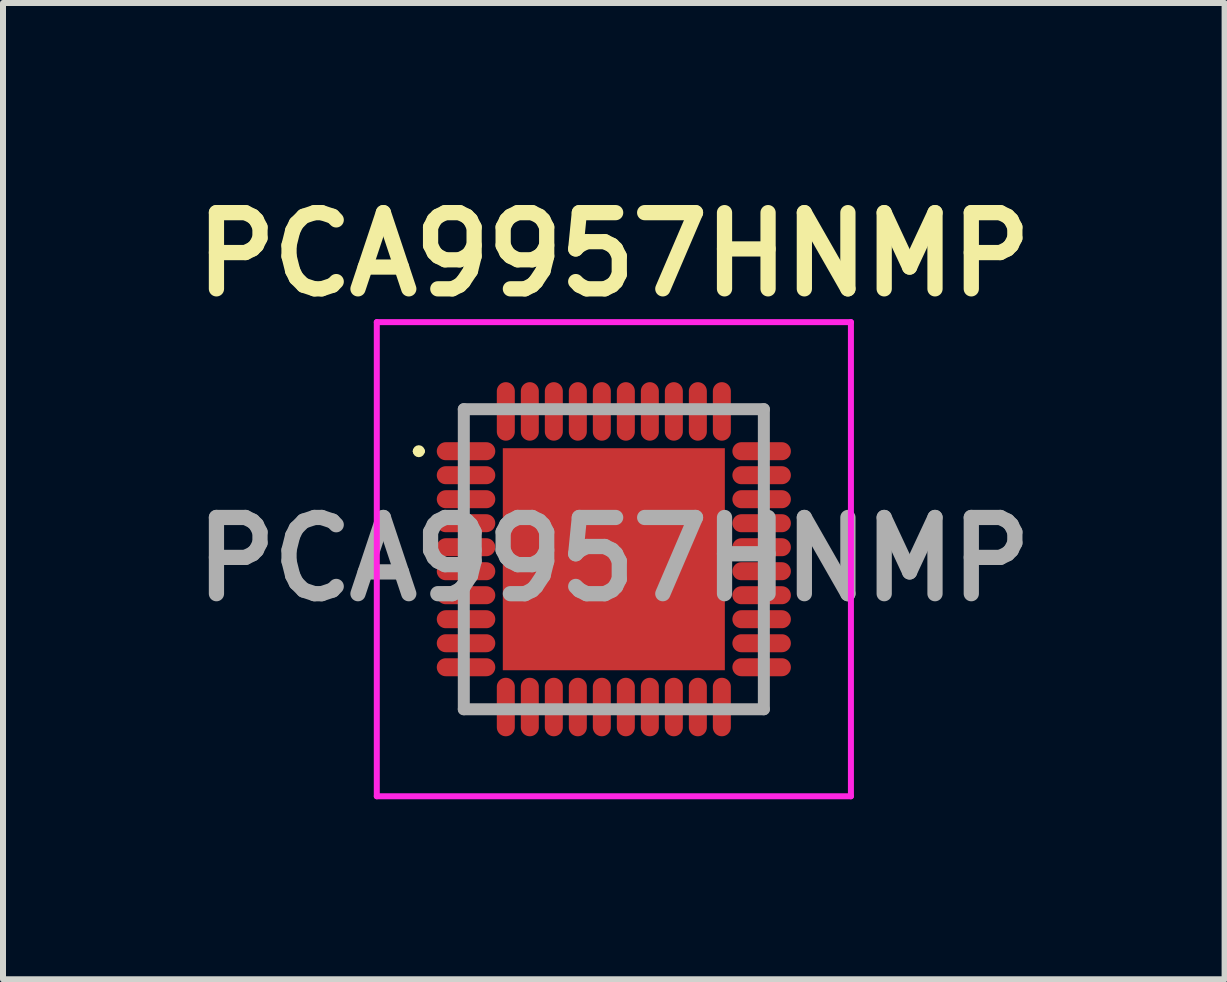
<source format=kicad_pcb>
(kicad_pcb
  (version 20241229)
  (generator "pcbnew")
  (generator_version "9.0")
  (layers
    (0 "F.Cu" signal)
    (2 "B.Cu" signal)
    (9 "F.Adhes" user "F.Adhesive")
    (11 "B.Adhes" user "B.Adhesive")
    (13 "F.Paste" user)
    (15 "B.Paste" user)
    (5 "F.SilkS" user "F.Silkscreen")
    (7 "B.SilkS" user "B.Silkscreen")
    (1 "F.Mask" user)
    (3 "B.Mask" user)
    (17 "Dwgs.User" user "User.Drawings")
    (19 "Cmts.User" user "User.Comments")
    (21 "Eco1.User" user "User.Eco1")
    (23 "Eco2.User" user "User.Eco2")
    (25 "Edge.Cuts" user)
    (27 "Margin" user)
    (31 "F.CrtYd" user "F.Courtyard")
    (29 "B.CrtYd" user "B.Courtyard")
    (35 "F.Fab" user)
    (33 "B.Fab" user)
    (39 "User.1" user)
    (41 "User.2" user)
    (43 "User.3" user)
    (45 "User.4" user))
  (footprint "PCA9957HNMP"
    (layer "F.Cu")
    (at 7.179 6.269)
    (property "Reference" "PCA9957HNMP" (at 0 -5.08 0) (layer "F.SilkS") (effects (font (size 1.27 1.27) (thickness 0.254))))
    (attr smd)
    (fp_line (start -3.3 -1.8) (end -3.3 -1.8) (stroke (width 0.1) (type solid)) (layer "F.SilkS"))
    (fp_line (start -3.2 -1.8) (end -3.2 -1.8) (stroke (width 0.1) (type solid)) (layer "F.SilkS"))
    (fp_arc (start -3.3 -1.8) (mid -3.25 -1.85) (end -3.2 -1.8) (stroke (width 0.1) (type solid)) (layer "F.SilkS"))
    (fp_arc (start -3.2 -1.8) (mid -3.25 -1.75) (end -3.3 -1.8) (stroke (width 0.1) (type solid)) (layer "F.SilkS"))
    (fp_line (start -3.95 -3.951) (end 3.951 -3.951) (stroke (width 0.1) (type solid)) (layer "F.CrtYd"))
    (fp_line (start -3.95 3.95) (end -3.95 -3.951) (stroke (width 0.1) (type solid)) (layer "F.CrtYd"))
    (fp_line (start 3.951 -3.951) (end 3.951 3.95) (stroke (width 0.1) (type solid)) (layer "F.CrtYd"))
    (fp_line (start 3.951 3.95) (end -3.95 3.95) (stroke (width 0.1) (type solid)) (layer "F.CrtYd"))
    (fp_line (start -2.5 -2.5) (end 2.5 -2.5) (stroke (width 0.2) (type solid)) (layer "F.Fab"))
    (fp_line (start -2.5 2.5) (end -2.5 -2.5) (stroke (width 0.2) (type solid)) (layer "F.Fab"))
    (fp_line (start 2.5 -2.5) (end 2.5 2.5) (stroke (width 0.2) (type solid)) (layer "F.Fab"))
    (fp_line (start 2.5 2.5) (end -2.5 2.5) (stroke (width 0.2) (type solid)) (layer "F.Fab"))
    (fp_text user "${REFERENCE}" (at 0 0 0) (layer "F.Fab") (effects (font (size 1.27 1.27) (thickness 0.254))))
    (pad "1" smd oval (at -2.463 -1.8 90) (size 0.3 0.975) (layers "F.Cu" "F.Mask" "F.Paste"))
    (pad "2" smd oval (at -2.463 -1.4 90) (size 0.3 0.975) (layers "F.Cu" "F.Mask" "F.Paste"))
    (pad "3" smd oval (at -2.463 -1 90) (size 0.3 0.975) (layers "F.Cu" "F.Mask" "F.Paste"))
    (pad "4" smd oval (at -2.463 -0.6 90) (size 0.3 0.975) (layers "F.Cu" "F.Mask" "F.Paste"))
    (pad "5" smd oval (at -2.463 -0.2 90) (size 0.3 0.975) (layers "F.Cu" "F.Mask" "F.Paste"))
    (pad "6" smd oval (at -2.463 0.2 90) (size 0.3 0.975) (layers "F.Cu" "F.Mask" "F.Paste"))
    (pad "7" smd oval (at -2.463 0.6 90) (size 0.3 0.975) (layers "F.Cu" "F.Mask" "F.Paste"))
    (pad "8" smd oval (at -2.463 1 90) (size 0.3 0.975) (layers "F.Cu" "F.Mask" "F.Paste"))
    (pad "9" smd oval (at -2.463 1.4 90) (size 0.3 0.975) (layers "F.Cu" "F.Mask" "F.Paste"))
    (pad "10" smd oval (at -2.463 1.8 90) (size 0.3 0.975) (layers "F.Cu" "F.Mask" "F.Paste"))
    (pad "11" smd oval (at -1.8 2.463) (size 0.3 0.975) (layers "F.Cu" "F.Mask" "F.Paste"))
    (pad "12" smd oval (at -1.4 2.463) (size 0.3 0.975) (layers "F.Cu" "F.Mask" "F.Paste"))
    (pad "13" smd oval (at -1 2.463) (size 0.3 0.975) (layers "F.Cu" "F.Mask" "F.Paste"))
    (pad "14" smd oval (at -0.6 2.463) (size 0.3 0.975) (layers "F.Cu" "F.Mask" "F.Paste"))
    (pad "15" smd oval (at -0.2 2.463) (size 0.3 0.975) (layers "F.Cu" "F.Mask" "F.Paste"))
    (pad "16" smd oval (at 0.2 2.463) (size 0.3 0.975) (layers "F.Cu" "F.Mask" "F.Paste"))
    (pad "17" smd oval (at 0.6 2.463) (size 0.3 0.975) (layers "F.Cu" "F.Mask" "F.Paste"))
    (pad "18" smd oval (at 1 2.463) (size 0.3 0.975) (layers "F.Cu" "F.Mask" "F.Paste"))
    (pad "19" smd oval (at 1.4 2.463) (size 0.3 0.975) (layers "F.Cu" "F.Mask" "F.Paste"))
    (pad "20" smd oval (at 1.8 2.463) (size 0.3 0.975) (layers "F.Cu" "F.Mask" "F.Paste"))
    (pad "21" smd oval (at 2.463 1.8 90) (size 0.3 0.975) (layers "F.Cu" "F.Mask" "F.Paste"))
    (pad "22" smd oval (at 2.463 1.4 90) (size 0.3 0.975) (layers "F.Cu" "F.Mask" "F.Paste"))
    (pad "23" smd oval (at 2.463 1 90) (size 0.3 0.975) (layers "F.Cu" "F.Mask" "F.Paste"))
    (pad "24" smd oval (at 2.463 0.6 90) (size 0.3 0.975) (layers "F.Cu" "F.Mask" "F.Paste"))
    (pad "25" smd oval (at 2.463 0.2 90) (size 0.3 0.975) (layers "F.Cu" "F.Mask" "F.Paste"))
    (pad "26" smd oval (at 2.463 -0.2 90) (size 0.3 0.975) (layers "F.Cu" "F.Mask" "F.Paste"))
    (pad "27" smd oval (at 2.463 -0.6 90) (size 0.3 0.975) (layers "F.Cu" "F.Mask" "F.Paste"))
    (pad "28" smd oval (at 2.463 -1 90) (size 0.3 0.975) (layers "F.Cu" "F.Mask" "F.Paste"))
    (pad "29" smd oval (at 2.463 -1.4 90) (size 0.3 0.975) (layers "F.Cu" "F.Mask" "F.Paste"))
    (pad "30" smd oval (at 2.463 -1.8 90) (size 0.3 0.975) (layers "F.Cu" "F.Mask" "F.Paste"))
    (pad "31" smd oval (at 1.8 -2.463) (size 0.3 0.975) (layers "F.Cu" "F.Mask" "F.Paste"))
    (pad "32" smd oval (at 1.4 -2.463) (size 0.3 0.975) (layers "F.Cu" "F.Mask" "F.Paste"))
    (pad "33" smd oval (at 1 -2.463) (size 0.3 0.975) (layers "F.Cu" "F.Mask" "F.Paste"))
    (pad "34" smd oval (at 0.6 -2.463) (size 0.3 0.975) (layers "F.Cu" "F.Mask" "F.Paste"))
    (pad "35" smd oval (at 0.2 -2.463) (size 0.3 0.975) (layers "F.Cu" "F.Mask" "F.Paste"))
    (pad "36" smd oval (at -0.2 -2.463) (size 0.3 0.975) (layers "F.Cu" "F.Mask" "F.Paste"))
    (pad "37" smd oval (at -0.6 -2.463) (size 0.3 0.975) (layers "F.Cu" "F.Mask" "F.Paste"))
    (pad "38" smd oval (at -1 -2.463) (size 0.3 0.975) (layers "F.Cu" "F.Mask" "F.Paste"))
    (pad "39" smd oval (at -1.4 -2.463) (size 0.3 0.975) (layers "F.Cu" "F.Mask" "F.Paste"))
    (pad "40" smd oval (at -1.8 -2.463) (size 0.3 0.975) (layers "F.Cu" "F.Mask" "F.Paste"))
    (pad "41" smd rect (at 0 0 90) (size 3.7 3.7) (layers "F.Cu" "F.Mask" "F.Paste")))
  (gr_rect
    (start -3 -3)
    (end 17.357 13.269)
    (stroke (width 0.1) (type default))
    (fill no)
    (layer "Edge.Cuts")))
</source>
